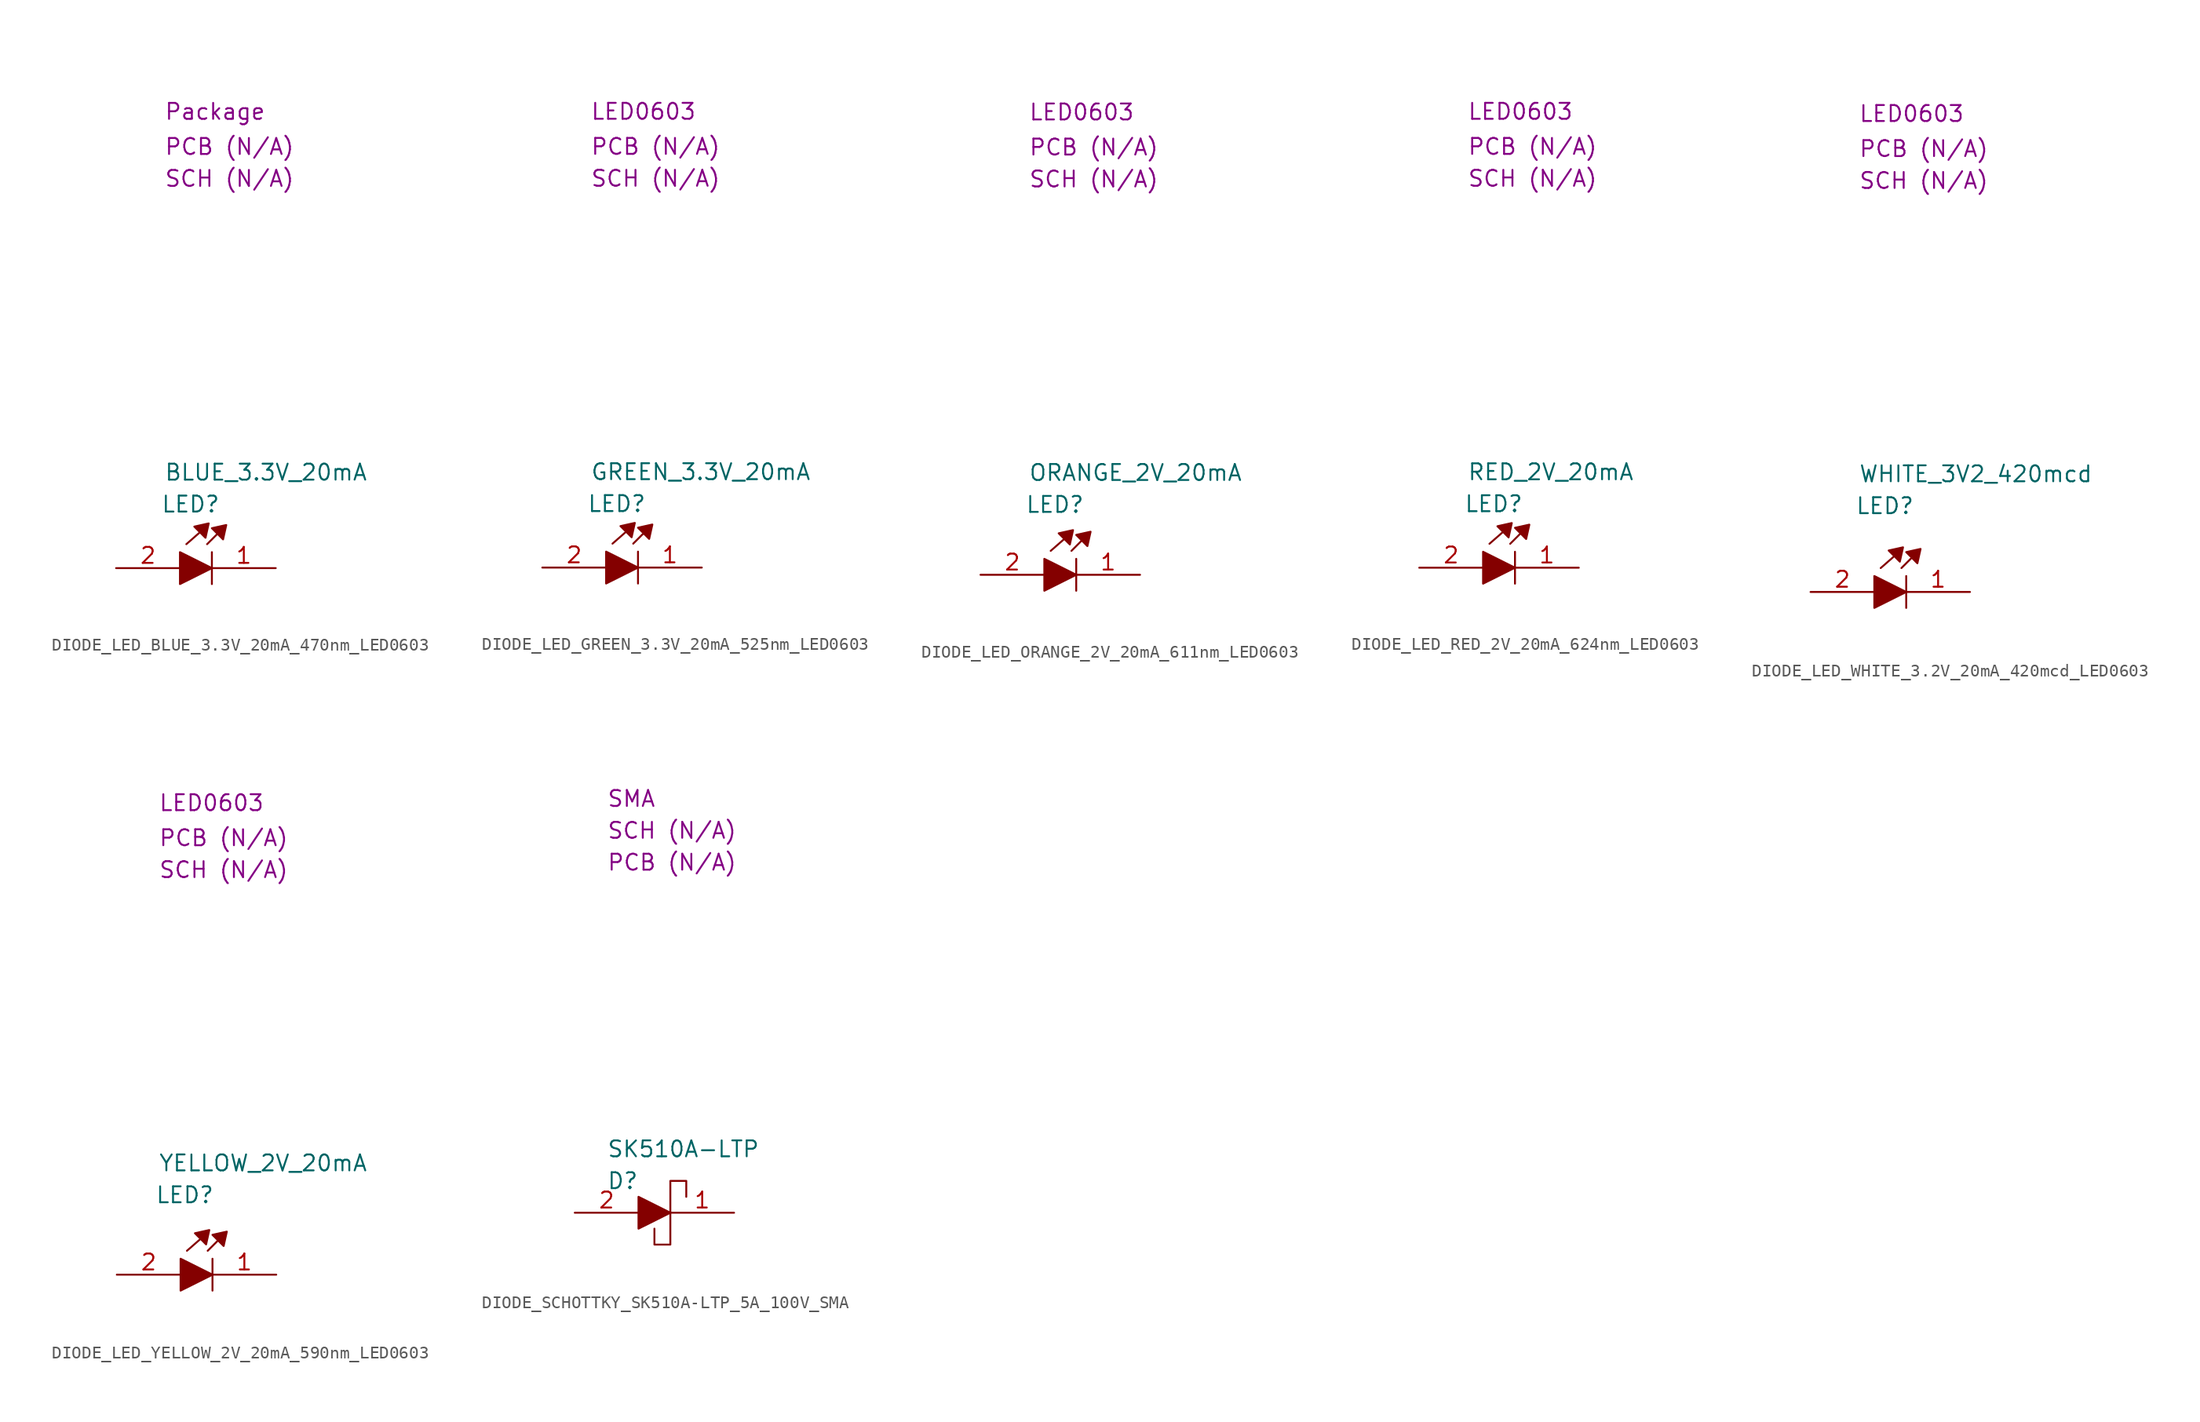
<source format=kicad_sym>
(kicad_symbol_lib
  (version 20231120)
  (generator "kicad_symbol_editor")
  (generator_version "8.0")
  (symbol "DIODE_LED_BLUE_3.3V_20mA_470nm_LED0603"
    (property "Reference" "LED"
      (at 3.556 5.08 0)
      (effects (font (size 1.27 1.27)) (justify left)))
    (property "Value" "BLUE_3.3V_20mA"
      (at 3.81 7.62 0)
      (effects (font (size 1.27 1.27)) (justify left)))
    (property "Package" "Package"
      (at 3.81 36.322 0)
      (effects (font (size 1.27 1.27)) (justify left)))
    (property "SCH CHECK" "SCH (N/A)"
      (at 3.81 30.988 0)
      (effects (font (size 1.27 1.27)) (justify left)))
    (property "PCB CHECK" "PCB (N/A)"
      (at 3.81 33.528 0)
      (effects (font (size 1.27 1.27)) (justify left)))
    (symbol "DIODE_LED_BLUE_3.3V_20mA_470nm_LED0603_0_1"
      (polyline (pts (xy 5.588 1.905) (xy 6.604 2.794)) (stroke (width 0) (type default)) (fill (type none)))
      (polyline (pts (xy 7.239 1.905) (xy 8.001 2.667)) (stroke (width 0) (type default)) (fill (type none)))
      (polyline (pts (xy 7.62 -1.27) (xy 7.62 1.27)) (stroke (width 0) (type default)) (fill (type none)))
      (polyline (pts (xy 5.08 1.27) (xy 5.08 -1.27) (xy 7.62 0) (xy 5.08 1.27)) (stroke (width 0) (type default)) (fill (type outline)))
      (polyline (pts (xy 6.223 3.302) (xy 7.112 2.413) (xy 7.366 3.556) (xy 6.223 3.302)) (stroke (width 0) (type default)) (fill (type outline)))
      (polyline (pts (xy 7.62 3.175) (xy 8.509 2.286) (xy 8.763 3.429) (xy 7.62 3.175)) (stroke (width 0) (type default)) (fill (type outline))))
    (symbol "DIODE_LED_BLUE_3.3V_20mA_470nm_LED0603_1_1"
      (pin passive line (at 12.7 0 180) (length 5.08) (name "" (effects (font (size 1.27 1.27)))) (number "1" (effects (font (size 1.27 1.27)))))
      (pin passive line (at 0 0 0) (length 5.08) (name "" (effects (font (size 1.27 1.27)))) (number "2" (effects (font (size 1.27 1.27)))))))
  (symbol "DIODE_LED_GREEN_3.3V_20mA_525nm_LED0603"
    (property "Reference" "LED"
      (at 3.556 5.08 0)
      (effects (font (size 1.27 1.27)) (justify left)))
    (property "Value" "GREEN_3.3V_20mA"
      (at 3.81 7.62 0)
      (effects (font (size 1.27 1.27)) (justify left)))
    (property "Package" "LED0603"
      (at 3.81 36.322 0)
      (effects (font (size 1.27 1.27)) (justify left)))
    (property "SCH CHECK" "SCH (N/A)"
      (at 3.81 30.988 0)
      (effects (font (size 1.27 1.27)) (justify left)))
    (property "PCB CHECK" "PCB (N/A)"
      (at 3.81 33.528 0)
      (effects (font (size 1.27 1.27)) (justify left)))
    (symbol "DIODE_LED_GREEN_3.3V_20mA_525nm_LED0603_0_1"
      (polyline (pts (xy 5.588 1.905) (xy 6.604 2.794)) (stroke (width 0) (type default)) (fill (type none)))
      (polyline (pts (xy 7.239 1.905) (xy 8.001 2.667)) (stroke (width 0) (type default)) (fill (type none)))
      (polyline (pts (xy 7.62 -1.27) (xy 7.62 1.27)) (stroke (width 0) (type default)) (fill (type none)))
      (polyline (pts (xy 5.08 1.27) (xy 5.08 -1.27) (xy 7.62 0) (xy 5.08 1.27)) (stroke (width 0) (type default)) (fill (type outline)))
      (polyline (pts (xy 6.223 3.302) (xy 7.112 2.413) (xy 7.366 3.556) (xy 6.223 3.302)) (stroke (width 0) (type default)) (fill (type outline)))
      (polyline (pts (xy 7.62 3.175) (xy 8.509 2.286) (xy 8.763 3.429) (xy 7.62 3.175)) (stroke (width 0) (type default)) (fill (type outline))))
    (symbol "DIODE_LED_GREEN_3.3V_20mA_525nm_LED0603_1_1"
      (pin passive line (at 12.7 0 180) (length 5.08) (name "" (effects (font (size 1.27 1.27)))) (number "1" (effects (font (size 1.27 1.27)))))
      (pin passive line (at 0 0 0) (length 5.08) (name "" (effects (font (size 1.27 1.27)))) (number "2" (effects (font (size 1.27 1.27)))))))
  (symbol "DIODE_LED_ORANGE_2V_20mA_611nm_LED0603"
    (property "Reference" "LED"
      (at 3.556 5.588 0)
      (effects (font (size 1.27 1.27)) (justify left)))
    (property "Value" "ORANGE_2V_20mA"
      (at 3.81 8.128 0)
      (effects (font (size 1.27 1.27)) (justify left)))
    (property "Package" "LED0603"
      (at 3.81 36.83 0)
      (effects (font (size 1.27 1.27)) (justify left)))
    (property "SCH CHECK" "SCH (N/A)"
      (at 3.81 31.496 0)
      (effects (font (size 1.27 1.27)) (justify left)))
    (property "PCB CHECK" "PCB (N/A)"
      (at 3.81 34.036 0)
      (effects (font (size 1.27 1.27)) (justify left)))
    (symbol "DIODE_LED_ORANGE_2V_20mA_611nm_LED0603_0_1"
      (polyline (pts (xy 5.588 1.905) (xy 6.604 2.794)) (stroke (width 0) (type default)) (fill (type none)))
      (polyline (pts (xy 7.239 1.905) (xy 8.001 2.667)) (stroke (width 0) (type default)) (fill (type none)))
      (polyline (pts (xy 7.62 -1.27) (xy 7.62 1.27)) (stroke (width 0) (type default)) (fill (type none)))
      (polyline (pts (xy 5.08 1.27) (xy 5.08 -1.27) (xy 7.62 0) (xy 5.08 1.27)) (stroke (width 0) (type default)) (fill (type outline)))
      (polyline (pts (xy 6.223 3.302) (xy 7.112 2.413) (xy 7.366 3.556) (xy 6.223 3.302)) (stroke (width 0) (type default)) (fill (type outline)))
      (polyline (pts (xy 7.62 3.175) (xy 8.509 2.286) (xy 8.763 3.429) (xy 7.62 3.175)) (stroke (width 0) (type default)) (fill (type outline))))
    (symbol "DIODE_LED_ORANGE_2V_20mA_611nm_LED0603_1_1"
      (pin passive line (at 12.7 0 180) (length 5.08) (name "" (effects (font (size 1.27 1.27)))) (number "1" (effects (font (size 1.27 1.27)))))
      (pin passive line (at 0 0 0) (length 5.08) (name "" (effects (font (size 1.27 1.27)))) (number "2" (effects (font (size 1.27 1.27)))))))
  (symbol "DIODE_LED_RED_2V_20mA_624nm_LED0603"
    (property "Reference" "LED"
      (at 3.556 5.08 0)
      (effects (font (size 1.27 1.27)) (justify left)))
    (property "Value" "RED_2V_20mA"
      (at 3.81 7.62 0)
      (effects (font (size 1.27 1.27)) (justify left)))
    (property "Package" "LED0603"
      (at 3.81 36.322 0)
      (effects (font (size 1.27 1.27)) (justify left)))
    (property "SCH CHECK" "SCH (N/A)"
      (at 3.81 30.988 0)
      (effects (font (size 1.27 1.27)) (justify left)))
    (property "PCB CHECK" "PCB (N/A)"
      (at 3.81 33.528 0)
      (effects (font (size 1.27 1.27)) (justify left)))
    (symbol "DIODE_LED_RED_2V_20mA_624nm_LED0603_0_1"
      (polyline (pts (xy 5.588 1.905) (xy 6.604 2.794)) (stroke (width 0) (type default)) (fill (type none)))
      (polyline (pts (xy 7.239 1.905) (xy 8.001 2.667)) (stroke (width 0) (type default)) (fill (type none)))
      (polyline (pts (xy 7.62 -1.27) (xy 7.62 1.27)) (stroke (width 0) (type default)) (fill (type none)))
      (polyline (pts (xy 5.08 1.27) (xy 5.08 -1.27) (xy 7.62 0) (xy 5.08 1.27)) (stroke (width 0) (type default)) (fill (type outline)))
      (polyline (pts (xy 6.223 3.302) (xy 7.112 2.413) (xy 7.366 3.556) (xy 6.223 3.302)) (stroke (width 0) (type default)) (fill (type outline)))
      (polyline (pts (xy 7.62 3.175) (xy 8.509 2.286) (xy 8.763 3.429) (xy 7.62 3.175)) (stroke (width 0) (type default)) (fill (type outline))))
    (symbol "DIODE_LED_RED_2V_20mA_624nm_LED0603_1_1"
      (pin passive line (at 12.7 0 180) (length 5.08) (name "" (effects (font (size 1.27 1.27)))) (number "1" (effects (font (size 1.27 1.27)))))
      (pin passive line (at 0 0 0) (length 5.08) (name "" (effects (font (size 1.27 1.27)))) (number "2" (effects (font (size 1.27 1.27)))))))
  (symbol "DIODE_LED_WHITE_3.2V_20mA_420mcd_LED0603"
    (property "Reference" "LED"
      (at 3.556 6.858 0)
      (effects (font (size 1.27 1.27)) (justify left)))
    (property "Value" "WHITE_3V2_420mcd"
      (at 3.81 9.398 0)
      (effects (font (size 1.27 1.27)) (justify left)))
    (property "Package" "LED0603"
      (at 3.81 38.1 0)
      (effects (font (size 1.27 1.27)) (justify left)))
    (property "SCH CHECK" "SCH (N/A)"
      (at 3.81 32.766 0)
      (effects (font (size 1.27 1.27)) (justify left)))
    (property "PCB CHECK" "PCB (N/A)"
      (at 3.81 35.306 0)
      (effects (font (size 1.27 1.27)) (justify left)))
    (symbol "DIODE_LED_WHITE_3.2V_20mA_420mcd_LED0603_0_1"
      (polyline (pts (xy 5.588 1.905) (xy 6.604 2.794)) (stroke (width 0) (type default)) (fill (type none)))
      (polyline (pts (xy 7.239 1.905) (xy 8.001 2.667)) (stroke (width 0) (type default)) (fill (type none)))
      (polyline (pts (xy 7.62 -1.27) (xy 7.62 1.27)) (stroke (width 0) (type default)) (fill (type none)))
      (polyline (pts (xy 5.08 1.27) (xy 5.08 -1.27) (xy 7.62 0) (xy 5.08 1.27)) (stroke (width 0) (type default)) (fill (type outline)))
      (polyline (pts (xy 6.223 3.302) (xy 7.112 2.413) (xy 7.366 3.556) (xy 6.223 3.302)) (stroke (width 0) (type default)) (fill (type outline)))
      (polyline (pts (xy 7.62 3.175) (xy 8.509 2.286) (xy 8.763 3.429) (xy 7.62 3.175)) (stroke (width 0) (type default)) (fill (type outline))))
    (symbol "DIODE_LED_WHITE_3.2V_20mA_420mcd_LED0603_1_1"
      (pin passive line (at 12.7 0 180) (length 5.08) (name "" (effects (font (size 1.27 1.27)))) (number "1" (effects (font (size 1.27 1.27)))))
      (pin passive line (at 0 0 0) (length 5.08) (name "" (effects (font (size 1.27 1.27)))) (number "2" (effects (font (size 1.27 1.27)))))))
  (symbol "DIODE_LED_YELLOW_2V_20mA_590nm_LED0603"
    (property "Reference" "LED"
      (at 3.048 6.35 0)
      (effects (font (size 1.27 1.27)) (justify left)))
    (property "Value" "YELLOW_2V_20mA"
      (at 3.302 8.89 0)
      (effects (font (size 1.27 1.27)) (justify left)))
    (property "Package" "LED0603"
      (at 3.302 37.592 0)
      (effects (font (size 1.27 1.27)) (justify left)))
    (property "SCH CHECK" "SCH (N/A)"
      (at 3.302 32.258 0)
      (effects (font (size 1.27 1.27)) (justify left)))
    (property "PCB CHECK" "PCB (N/A)"
      (at 3.302 34.798 0)
      (effects (font (size 1.27 1.27)) (justify left)))
    (symbol "DIODE_LED_YELLOW_2V_20mA_590nm_LED0603_0_1"
      (polyline (pts (xy 5.588 1.905) (xy 6.604 2.794)) (stroke (width 0) (type default)) (fill (type none)))
      (polyline (pts (xy 7.239 1.905) (xy 8.001 2.667)) (stroke (width 0) (type default)) (fill (type none)))
      (polyline (pts (xy 7.62 -1.27) (xy 7.62 1.27)) (stroke (width 0) (type default)) (fill (type none)))
      (polyline (pts (xy 5.08 1.27) (xy 5.08 -1.27) (xy 7.62 0) (xy 5.08 1.27)) (stroke (width 0) (type default)) (fill (type outline)))
      (polyline (pts (xy 6.223 3.302) (xy 7.112 2.413) (xy 7.366 3.556) (xy 6.223 3.302)) (stroke (width 0) (type default)) (fill (type outline)))
      (polyline (pts (xy 7.62 3.175) (xy 8.509 2.286) (xy 8.763 3.429) (xy 7.62 3.175)) (stroke (width 0) (type default)) (fill (type outline))))
    (symbol "DIODE_LED_YELLOW_2V_20mA_590nm_LED0603_1_1"
      (pin passive line (at 12.7 0 180) (length 5.08) (name "" (effects (font (size 1.27 1.27)))) (number "1" (effects (font (size 1.27 1.27)))))
      (pin passive line (at 0 0 0) (length 5.08) (name "" (effects (font (size 1.27 1.27)))) (number "2" (effects (font (size 1.27 1.27)))))))
  (symbol "DIODE_SCHOTTKY_SK510A-LTP_5A_100V_SMA"
    (property "Reference" "D"
      (at 2.54 2.54 0)
      (effects (font (size 1.27 1.27)) (justify left)))
    (property "Value" "SK510A-LTP"
      (at 2.54 5.08 0)
      (effects (font (size 1.27 1.27)) (justify left)))
    (property "Package" "SMA"
      (at 2.54 33.02 0)
      (effects (font (size 1.27 1.27)) (justify left)))
    (property "SCH CHECK" "SCH (N/A)"
      (at 2.54 30.48 0)
      (effects (font (size 1.27 1.27)) (justify left)))
    (property "PCB CHECk" "PCB (N/A)"
      (at 2.54 27.94 0)
      (effects (font (size 1.27 1.27)) (justify left)))
    (symbol "DIODE_SCHOTTKY_SK510A-LTP_5A_100V_SMA_0_1"
      (polyline (pts (xy 5.08 1.27) (xy 5.08 -1.27) (xy 7.62 0) (xy 5.08 1.27)) (stroke (width 0) (type default)) (fill (type outline)))
      (polyline (pts (xy 8.89 1.27) (xy 8.89 2.54) (xy 7.62 2.54) (xy 7.62 -2.54) (xy 6.35 -2.54) (xy 6.35 -1.27)) (stroke (width 0) (type default)) (fill (type none))))
    (symbol "DIODE_SCHOTTKY_SK510A-LTP_5A_100V_SMA_1_1"
      (pin passive line (at 12.7 0 180) (length 5.08) (name "" (effects (font (size 1.27 1.27)))) (number "1" (effects (font (size 1.27 1.27)))))
      (pin passive line (at 0 0 0) (length 5.08) (name "" (effects (font (size 1.27 1.27)))) (number "2" (effects (font (size 1.27 1.27))))))))
</source>
